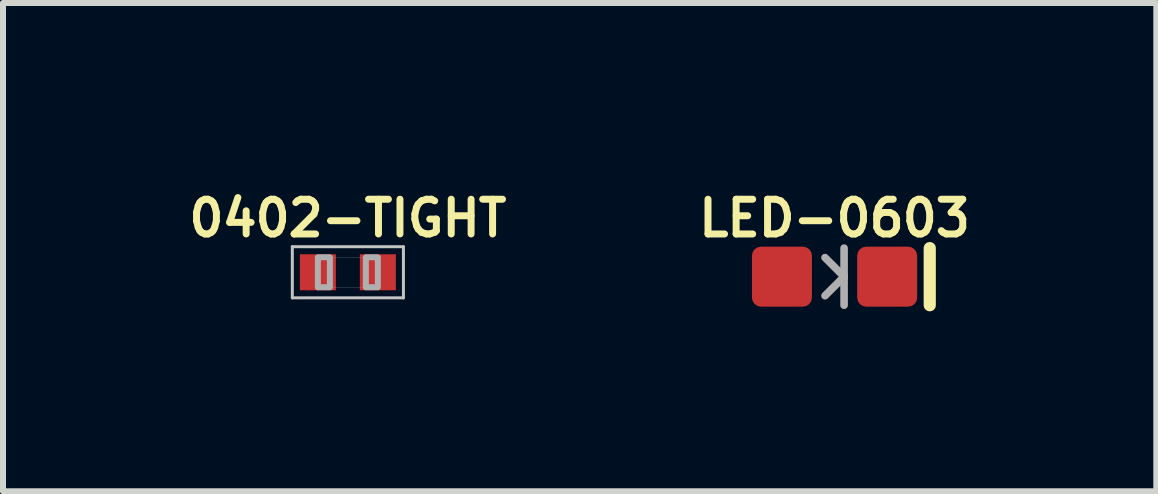
<source format=kicad_pcb>
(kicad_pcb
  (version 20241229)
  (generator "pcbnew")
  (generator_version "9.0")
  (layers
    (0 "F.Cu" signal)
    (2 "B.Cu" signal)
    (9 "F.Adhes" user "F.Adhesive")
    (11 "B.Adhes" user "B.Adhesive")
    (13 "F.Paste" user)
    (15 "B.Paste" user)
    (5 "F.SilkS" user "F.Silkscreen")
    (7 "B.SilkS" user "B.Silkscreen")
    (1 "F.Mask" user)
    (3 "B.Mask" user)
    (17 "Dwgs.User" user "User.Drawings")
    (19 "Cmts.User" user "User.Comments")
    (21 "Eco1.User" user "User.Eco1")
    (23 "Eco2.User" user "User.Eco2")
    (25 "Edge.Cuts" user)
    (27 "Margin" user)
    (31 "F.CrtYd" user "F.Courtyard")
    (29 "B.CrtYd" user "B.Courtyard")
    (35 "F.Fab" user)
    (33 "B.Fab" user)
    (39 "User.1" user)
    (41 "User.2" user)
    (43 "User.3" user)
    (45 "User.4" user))
  (footprint "LED-0603"
    (layer "F.Cu")
    (at 10.862 1.562)
    (property "Reference" "LED-0603" (at 0 -0.635 0) (layer "F.SilkS") (effects (font (size 0.579 0.579) (thickness 0.116)) (justify bottom)))
    (attr through_hole)
    (fp_line (start 1.587 -0.476) (end 1.587 0.476) (stroke (width 0.203) (type solid)) (layer "F.SilkS"))
    (fp_line (start 0.159 -0.476) (end 0.159 0) (stroke (width 0.127) (type solid)) (layer "F.Fab"))
    (fp_line (start 0.159 0) (end -0.159 -0.318) (stroke (width 0.127) (type solid)) (layer "F.Fab"))
    (fp_line (start 0.159 0) (end -0.159 0.318) (stroke (width 0.127) (type solid)) (layer "F.Fab"))
    (fp_line (start 0.159 0) (end 0.159 0.476) (stroke (width 0.127) (type solid)) (layer "F.Fab"))
    (pad "1" smd roundrect (at 0.877 0 270) (size 1 1) (layers "F.Cu" "F.Mask" "F.Paste") (roundrect_rratio 0.15))
    (pad "2" smd roundrect (at -0.877 0 270) (size 1 1) (layers "F.Cu" "F.Mask" "F.Paste") (roundrect_rratio 0.15)))
  (footprint "0402-TIGHT"
    (layer "F.Cu")
    (at 2.749 1.489)
    (property "Reference" "0402-TIGHT" (at 0 -0.562 0) (layer "F.SilkS") (effects (font (size 0.579 0.579) (thickness 0.116)) (justify bottom)))
    (attr through_hole)
    (fp_line (start -0.926 -0.426) (end -0.926 0.426) (stroke (width 0.05) (type solid)) (layer "Dwgs.User"))
    (fp_line (start -0.926 0.426) (end 0.926 0.426) (stroke (width 0.05) (type solid)) (layer "Dwgs.User"))
    (fp_line (start 0.926 -0.426) (end -0.926 -0.426) (stroke (width 0.05) (type solid)) (layer "Dwgs.User"))
    (fp_line (start 0.926 0.426) (end 0.926 -0.426) (stroke (width 0.05) (type solid)) (layer "Dwgs.User"))
    (fp_line (start -0.5 -0.25) (end 0.5 -0.25) (stroke (width 0.003) (type solid)) (layer "F.Fab"))
    (fp_line (start -0.5 0.25) (end -0.5 -0.25) (stroke (width 0.003) (type solid)) (layer "F.Fab"))
    (fp_line (start 0.5 -0.25) (end 0.5 0.25) (stroke (width 0.003) (type solid)) (layer "F.Fab"))
    (fp_line (start 0.5 0.25) (end -0.5 0.25) (stroke (width 0.003) (type solid)) (layer "F.Fab"))
    (fp_poly (pts (xy -0.5 0.25) (xy -0.3 0.25) (xy -0.3 -0.25) (xy -0.5 -0.25)) (stroke (width 0.1) (type solid)) (fill no) (layer "F.Fab"))
    (fp_poly (pts (xy 0.5 -0.25) (xy 0.3 -0.25) (xy 0.3 0.25) (xy 0.5 0.25)) (stroke (width 0.1) (type solid)) (fill no) (layer "F.Fab"))
    (pad "1" smd rect (at -0.5 0) (size 0.6 0.6) (layers "F.Cu" "F.Mask" "F.Paste"))
    (pad "2" smd rect (at 0.5 0) (size 0.6 0.6) (layers "F.Cu" "F.Mask" "F.Paste")))
  (gr_rect
    (start -3 -3)
    (end 16.226 5.139)
    (stroke (width 0.1) (type default))
    (fill no)
    (layer "Edge.Cuts")))
</source>
